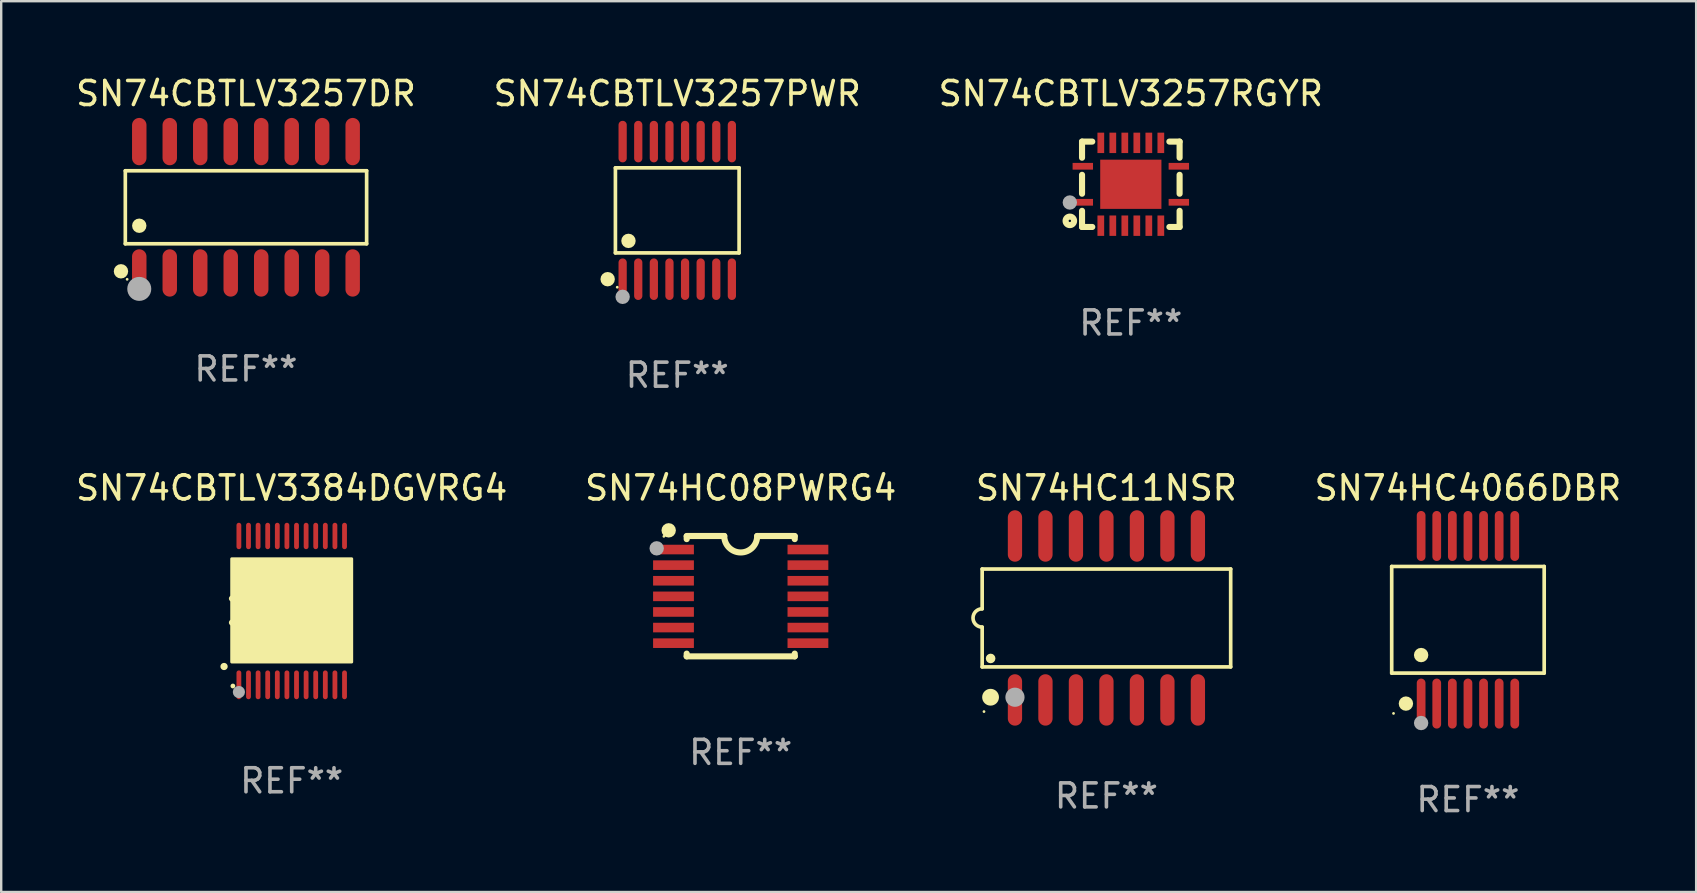
<source format=kicad_pcb>
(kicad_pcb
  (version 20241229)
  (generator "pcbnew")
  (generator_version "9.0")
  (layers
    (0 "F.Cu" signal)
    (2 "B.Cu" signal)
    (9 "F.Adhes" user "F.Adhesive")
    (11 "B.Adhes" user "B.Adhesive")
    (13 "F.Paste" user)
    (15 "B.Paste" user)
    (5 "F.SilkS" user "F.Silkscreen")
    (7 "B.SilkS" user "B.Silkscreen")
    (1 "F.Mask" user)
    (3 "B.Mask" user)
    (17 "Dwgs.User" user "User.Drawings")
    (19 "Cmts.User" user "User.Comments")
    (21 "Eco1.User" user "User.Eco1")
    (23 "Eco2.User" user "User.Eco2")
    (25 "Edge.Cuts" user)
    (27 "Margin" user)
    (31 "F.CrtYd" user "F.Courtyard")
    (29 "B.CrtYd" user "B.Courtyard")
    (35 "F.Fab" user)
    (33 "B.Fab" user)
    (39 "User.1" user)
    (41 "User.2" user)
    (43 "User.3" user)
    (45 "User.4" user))
  (footprint "SN74HC11NSR"
    (layer "F.Cu")
    (at 43.038 22.691)
    (property "Reference" "SN74HC11NSR" (at 0 -5.415 0) (layer "F.SilkS") (effects (font (size 1 1) (thickness 0.15))))
    (attr through_hole)
    (fp_line (start -5.176 -2.039) (end 5.176 -2.039) (stroke (width 0.152) (type solid)) (layer "F.SilkS"))
    (fp_line (start -5.176 -0.381) (end -5.176 -2.039) (stroke (width 0.152) (type solid)) (layer "F.SilkS"))
    (fp_line (start -5.176 0.381) (end -5.176 2.039) (stroke (width 0.152) (type solid)) (layer "F.SilkS"))
    (fp_line (start 5.176 -2.039) (end 5.176 2.039) (stroke (width 0.152) (type solid)) (layer "F.SilkS"))
    (fp_line (start 5.176 2.039) (end -5.176 2.039) (stroke (width 0.152) (type solid)) (layer "F.SilkS"))
    (fp_arc (start -5.1762 0.381001) (mid -5.557201 0) (end -5.1762 -0.381001) (stroke (width 0.151994) (type solid)) (layer "F.SilkS"))
    (fp_circle (center -5.1 3.9) (end -5.07 3.9) (stroke (width 0.06) (type solid)) (fill no) (layer "F.SilkS"))
    (fp_circle (center -4.826 3.302) (end -4.651 3.302) (stroke (width 0.35) (type solid)) (fill no) (layer "F.SilkS"))
    (fp_circle (center -4.824 1.687) (end -4.724 1.687) (stroke (width 0.2) (type solid)) (fill no) (layer "F.SilkS"))
    (fp_circle (center -3.81 3.302) (end -3.61 3.302) (stroke (width 0.4) (type solid)) (fill no) (layer "F.Fab"))
    (fp_text user "REF**" (at 0 7.415 0) (layer "F.Fab") (effects (font (size 1 1) (thickness 0.15))))
    (pad "1" smd oval (at -3.81 3.415) (size 0.595 2.142) (layers "F.Cu" "F.Mask" "F.Paste"))
    (pad "2" smd oval (at -2.54 3.415) (size 0.595 2.142) (layers "F.Cu" "F.Mask" "F.Paste"))
    (pad "3" smd oval (at -1.27 3.415) (size 0.595 2.142) (layers "F.Cu" "F.Mask" "F.Paste"))
    (pad "4" smd oval (at 0 3.415) (size 0.595 2.142) (layers "F.Cu" "F.Mask" "F.Paste"))
    (pad "5" smd oval (at 1.27 3.415) (size 0.595 2.142) (layers "F.Cu" "F.Mask" "F.Paste"))
    (pad "6" smd oval (at 2.54 3.415) (size 0.595 2.142) (layers "F.Cu" "F.Mask" "F.Paste"))
    (pad "7" smd oval (at 3.81 3.415) (size 0.595 2.142) (layers "F.Cu" "F.Mask" "F.Paste"))
    (pad "8" smd oval (at 3.81 -3.415) (size 0.595 2.142) (layers "F.Cu" "F.Mask" "F.Paste"))
    (pad "9" smd oval (at 2.54 -3.415) (size 0.595 2.142) (layers "F.Cu" "F.Mask" "F.Paste"))
    (pad "10" smd oval (at 1.27 -3.415) (size 0.595 2.142) (layers "F.Cu" "F.Mask" "F.Paste"))
    (pad "11" smd oval (at 0 -3.415) (size 0.595 2.142) (layers "F.Cu" "F.Mask" "F.Paste"))
    (pad "12" smd oval (at -1.27 -3.415) (size 0.595 2.142) (layers "F.Cu" "F.Mask" "F.Paste"))
    (pad "13" smd oval (at -2.54 -3.415) (size 0.595 2.142) (layers "F.Cu" "F.Mask" "F.Paste"))
    (pad "14" smd oval (at -3.81 -3.415) (size 0.595 2.142) (layers "F.Cu" "F.Mask" "F.Paste")))
  (footprint "SN74CBTLV3257RGYR"
    (layer "F.Cu")
    (at 44.054 4.626)
    (property "Reference" "SN74CBTLV3257RGYR" (at 0 -3.778 0) (layer "F.SilkS") (effects (font (size 1 1) (thickness 0.15))))
    (attr through_hole)
    (fp_line (start -2.032 -1.778) (end -2.032 -1.106) (stroke (width 0.254) (type solid)) (layer "F.SilkS"))
    (fp_line (start -2.032 -0.394) (end -2.032 0.394) (stroke (width 0.254) (type solid)) (layer "F.SilkS"))
    (fp_line (start -2.032 1.106) (end -2.032 1.778) (stroke (width 0.254) (type solid)) (layer "F.SilkS"))
    (fp_line (start -2.032 1.778) (end -1.606 1.778) (stroke (width 0.254) (type solid)) (layer "F.SilkS"))
    (fp_line (start -1.606 -1.778) (end -2.032 -1.778) (stroke (width 0.254) (type solid)) (layer "F.SilkS"))
    (fp_line (start 1.606 1.778) (end 2.032 1.778) (stroke (width 0.254) (type solid)) (layer "F.SilkS"))
    (fp_line (start 2.032 -1.778) (end 1.606 -1.778) (stroke (width 0.254) (type solid)) (layer "F.SilkS"))
    (fp_line (start 2.032 -1.106) (end 2.032 -1.778) (stroke (width 0.254) (type solid)) (layer "F.SilkS"))
    (fp_line (start 2.032 0.394) (end 2.032 -0.394) (stroke (width 0.254) (type solid)) (layer "F.SilkS"))
    (fp_line (start 2.032 1.778) (end 2.032 1.106) (stroke (width 0.254) (type solid)) (layer "F.SilkS"))
    (fp_circle (center -2.54 1.524) (end -2.363 1.524) (stroke (width 0.254) (type solid)) (fill no) (layer "F.SilkS"))
    (fp_circle (center -2.002 1.752) (end -1.952 1.752) (stroke (width 0.1) (type solid)) (fill no) (layer "F.SilkS"))
    (fp_circle (center -2.54 0.759) (end -2.39 0.759) (stroke (width 0.3) (type solid)) (fill no) (layer "F.Fab"))
    (fp_text user "REF**" (at 0 5.778 0) (layer "F.Fab") (effects (font (size 1 1) (thickness 0.15))))
    (pad "1" smd rect (at -2 0.75 90) (size 0.28 0.85) (layers "F.Cu" "F.Mask" "F.Paste"))
    (pad "2" smd rect (at -1.25 1.725 180) (size 0.28 0.85) (layers "F.Cu" "F.Mask" "F.Paste"))
    (pad "3" smd rect (at -0.75 1.725 180) (size 0.28 0.85) (layers "F.Cu" "F.Mask" "F.Paste"))
    (pad "4" smd rect (at -0.25 1.725 180) (size 0.28 0.85) (layers "F.Cu" "F.Mask" "F.Paste"))
    (pad "5" smd rect (at 0.25 1.725 180) (size 0.28 0.85) (layers "F.Cu" "F.Mask" "F.Paste"))
    (pad "6" smd rect (at 0.75 1.725 180) (size 0.28 0.85) (layers "F.Cu" "F.Mask" "F.Paste"))
    (pad "7" smd rect (at 1.25 1.725 180) (size 0.28 0.85) (layers "F.Cu" "F.Mask" "F.Paste"))
    (pad "8" smd rect (at 2 0.75 270) (size 0.28 0.85) (layers "F.Cu" "F.Mask" "F.Paste"))
    (pad "9" smd rect (at 2 -0.75 270) (size 0.28 0.85) (layers "F.Cu" "F.Mask" "F.Paste"))
    (pad "10" smd rect (at 1.25 -1.725) (size 0.28 0.85) (layers "F.Cu" "F.Mask" "F.Paste"))
    (pad "11" smd rect (at 0.75 -1.725) (size 0.28 0.85) (layers "F.Cu" "F.Mask" "F.Paste"))
    (pad "12" smd rect (at 0.25 -1.725) (size 0.28 0.85) (layers "F.Cu" "F.Mask" "F.Paste"))
    (pad "13" smd rect (at -0.25 -1.725) (size 0.28 0.85) (layers "F.Cu" "F.Mask" "F.Paste"))
    (pad "14" smd rect (at -0.75 -1.725) (size 0.28 0.85) (layers "F.Cu" "F.Mask" "F.Paste"))
    (pad "15" smd rect (at -1.25 -1.725) (size 0.28 0.85) (layers "F.Cu" "F.Mask" "F.Paste"))
    (pad "16" smd rect (at -2 -0.75 90) (size 0.28 0.85) (layers "F.Cu" "F.Mask" "F.Paste"))
    (pad "17" smd rect (at 0.000051 0 270) (size 2.05 2.55) (layers "F.Cu" "F.Mask" "F.Paste")))
  (footprint "SN74HC08PWRG4"
    (layer "F.Cu")
    (at 27.804 21.784)
    (property "Reference" "SN74HC08PWRG4" (at 0 -4.507 0) (layer "F.SilkS") (effects (font (size 1 1) (thickness 0.15))))
    (attr through_hole)
    (fp_line (start -2.25 -2.377) (end -2.25 -2.493) (stroke (width 0.254) (type solid)) (layer "F.SilkS"))
    (fp_line (start -2.25 2.507) (end -2.25 2.392) (stroke (width 0.254) (type solid)) (layer "F.SilkS"))
    (fp_line (start -1.6 -2.507) (end -2.25 -2.507) (stroke (width 0.254) (type solid)) (layer "F.SilkS"))
    (fp_line (start -1.6 -2.507) (end -0.686 -2.507) (stroke (width 0.254) (type solid)) (layer "F.SilkS"))
    (fp_line (start 0.686 -2.507) (end 1.6 -2.507) (stroke (width 0.254) (type solid)) (layer "F.SilkS"))
    (fp_line (start 1.6 -2.507) (end 2.25 -2.507) (stroke (width 0.254) (type solid)) (layer "F.SilkS"))
    (fp_line (start 2.25 -2.493) (end 2.25 -2.377) (stroke (width 0.254) (type solid)) (layer "F.SilkS"))
    (fp_line (start 2.25 2.392) (end 2.25 2.507) (stroke (width 0.254) (type solid)) (layer "F.SilkS"))
    (fp_line (start 2.25 2.507) (end -2.25 2.507) (stroke (width 0.254) (type solid)) (layer "F.SilkS"))
    (fp_arc (start 0.685852 -2.507303) (mid 0.000051 -1.821502) (end -0.68575 -2.507303) (stroke (width 0.254001) (type solid)) (layer "F.SilkS"))
    (fp_circle (center -3.2 -2.493) (end -3.17 -2.493) (stroke (width 0.06) (type solid)) (fill no) (layer "F.SilkS"))
    (fp_circle (center -3 -2.743) (end -2.85 -2.743) (stroke (width 0.3) (type solid)) (fill no) (layer "F.SilkS"))
    (fp_circle (center -3.5 -1.993) (end -3.35 -1.993) (stroke (width 0.3) (type solid)) (fill no) (layer "F.Fab"))
    (fp_text user "REF**" (at 0 6.507 0) (layer "F.Fab") (effects (font (size 1 1) (thickness 0.15))))
    (pad "1" smd rect (at -2.8 -1.943) (size 1.7 0.4) (layers "F.Cu" "F.Mask" "F.Paste"))
    (pad "2" smd rect (at -2.8 -1.293) (size 1.7 0.4) (layers "F.Cu" "F.Mask" "F.Paste"))
    (pad "3" smd rect (at -2.8 -0.643) (size 1.7 0.4) (layers "F.Cu" "F.Mask" "F.Paste"))
    (pad "4" smd rect (at -2.8 0.007) (size 1.7 0.4) (layers "F.Cu" "F.Mask" "F.Paste"))
    (pad "5" smd rect (at -2.8 0.657) (size 1.7 0.4) (layers "F.Cu" "F.Mask" "F.Paste"))
    (pad "6" smd rect (at -2.8 1.307) (size 1.7 0.4) (layers "F.Cu" "F.Mask" "F.Paste"))
    (pad "7" smd rect (at -2.8 1.957) (size 1.7 0.4) (layers "F.Cu" "F.Mask" "F.Paste"))
    (pad "8" smd rect (at 2.8 1.957) (size 1.7 0.4) (layers "F.Cu" "F.Mask" "F.Paste"))
    (pad "9" smd rect (at 2.8 1.307) (size 1.7 0.4) (layers "F.Cu" "F.Mask" "F.Paste"))
    (pad "10" smd rect (at 2.8 0.657) (size 1.7 0.4) (layers "F.Cu" "F.Mask" "F.Paste"))
    (pad "11" smd rect (at 2.8 0.007) (size 1.7 0.4) (layers "F.Cu" "F.Mask" "F.Paste"))
    (pad "12" smd rect (at 2.8 -0.643) (size 1.7 0.4) (layers "F.Cu" "F.Mask" "F.Paste"))
    (pad "13" smd rect (at 2.8 -1.293) (size 1.7 0.4) (layers "F.Cu" "F.Mask" "F.Paste"))
    (pad "14" smd rect (at 2.8 -1.943) (size 1.7 0.4) (layers "F.Cu" "F.Mask" "F.Paste")))
  (footprint "SN74CBTLV3257DR"
    (layer "F.Cu")
    (at 7.196 5.584)
    (property "Reference" "SN74CBTLV3257DR" (at 0 -4.736 0) (layer "F.SilkS") (effects (font (size 1 1) (thickness 0.15))))
    (attr through_hole)
    (fp_line (start -5.026 -1.521) (end 5.026 -1.521) (stroke (width 0.152) (type solid)) (layer "F.SilkS"))
    (fp_line (start -5.026 1.521) (end -5.026 -1.521) (stroke (width 0.152) (type solid)) (layer "F.SilkS"))
    (fp_line (start 5.026 -1.521) (end 5.026 1.521) (stroke (width 0.152) (type solid)) (layer "F.SilkS"))
    (fp_line (start 5.026 1.521) (end -5.026 1.521) (stroke (width 0.152) (type solid)) (layer "F.SilkS"))
    (fp_circle (center -5.207 2.667) (end -5.057 2.667) (stroke (width 0.3) (type solid)) (fill no) (layer "F.SilkS"))
    (fp_circle (center -4.95 3) (end -4.92 3) (stroke (width 0.06) (type solid)) (fill no) (layer "F.SilkS"))
    (fp_circle (center -4.445 0.769) (end -4.295 0.769) (stroke (width 0.3) (type solid)) (fill no) (layer "F.SilkS"))
    (fp_circle (center -4.445 3.4) (end -4.195 3.4) (stroke (width 0.5) (type solid)) (fill no) (layer "F.Fab"))
    (fp_text user "REF**" (at 0 6.736 0) (layer "F.Fab") (effects (font (size 1 1) (thickness 0.15))))
    (pad "1" smd oval (at -4.445 2.736) (size 0.602 1.971) (layers "F.Cu" "F.Mask" "F.Paste"))
    (pad "2" smd oval (at -3.175 2.736) (size 0.602 1.971) (layers "F.Cu" "F.Mask" "F.Paste"))
    (pad "3" smd oval (at -1.905 2.736) (size 0.602 1.971) (layers "F.Cu" "F.Mask" "F.Paste"))
    (pad "4" smd oval (at -0.635 2.736) (size 0.602 1.971) (layers "F.Cu" "F.Mask" "F.Paste"))
    (pad "5" smd oval (at 0.635 2.736) (size 0.602 1.971) (layers "F.Cu" "F.Mask" "F.Paste"))
    (pad "6" smd oval (at 1.905 2.736) (size 0.602 1.971) (layers "F.Cu" "F.Mask" "F.Paste"))
    (pad "7" smd oval (at 3.175 2.736) (size 0.602 1.971) (layers "F.Cu" "F.Mask" "F.Paste"))
    (pad "8" smd oval (at 4.445 2.736) (size 0.602 1.971) (layers "F.Cu" "F.Mask" "F.Paste"))
    (pad "9" smd oval (at 4.445 -2.736) (size 0.602 1.971) (layers "F.Cu" "F.Mask" "F.Paste"))
    (pad "10" smd oval (at 3.175 -2.736) (size 0.602 1.971) (layers "F.Cu" "F.Mask" "F.Paste"))
    (pad "11" smd oval (at 1.905 -2.736) (size 0.602 1.971) (layers "F.Cu" "F.Mask" "F.Paste"))
    (pad "12" smd oval (at 0.635 -2.736) (size 0.602 1.971) (layers "F.Cu" "F.Mask" "F.Paste"))
    (pad "13" smd oval (at -0.635 -2.736) (size 0.602 1.971) (layers "F.Cu" "F.Mask" "F.Paste"))
    (pad "14" smd oval (at -1.905 -2.736) (size 0.602 1.971) (layers "F.Cu" "F.Mask" "F.Paste"))
    (pad "15" smd oval (at -3.175 -2.736) (size 0.602 1.971) (layers "F.Cu" "F.Mask" "F.Paste"))
    (pad "16" smd oval (at -4.445 -2.736) (size 0.602 1.971) (layers "F.Cu" "F.Mask" "F.Paste")))
  (footprint "SN74CBTLV3257PWR"
    (layer "F.Cu")
    (at 25.161 5.714)
    (property "Reference" "SN74CBTLV3257PWR" (at 0 -4.866 0) (layer "F.SilkS") (effects (font (size 1 1) (thickness 0.15))))
    (attr through_hole)
    (fp_line (start -2.576 -1.772) (end 2.576 -1.772) (stroke (width 0.152) (type solid)) (layer "F.SilkS"))
    (fp_line (start -2.576 1.771) (end -2.576 -1.772) (stroke (width 0.152) (type solid)) (layer "F.SilkS"))
    (fp_line (start 2.576 -1.772) (end 2.576 1.771) (stroke (width 0.152) (type solid)) (layer "F.SilkS"))
    (fp_line (start 2.576 1.771) (end -2.576 1.771) (stroke (width 0.152) (type solid)) (layer "F.SilkS"))
    (fp_circle (center -2.899 2.866) (end -2.749 2.866) (stroke (width 0.3) (type solid)) (fill no) (layer "F.SilkS"))
    (fp_circle (center -2.5 3.2) (end -2.47 3.2) (stroke (width 0.06) (type solid)) (fill no) (layer "F.SilkS"))
    (fp_circle (center -2.032 1.27) (end -1.882 1.27) (stroke (width 0.3) (type solid)) (fill no) (layer "F.SilkS"))
    (fp_circle (center -2.275 3.6) (end -2.125 3.6) (stroke (width 0.3) (type solid)) (fill no) (layer "F.Fab"))
    (fp_text user "REF**" (at 0 6.866 0) (layer "F.Fab") (effects (font (size 1 1) (thickness 0.15))))
    (pad "1" smd oval (at -2.275 2.866) (size 0.343 1.731) (layers "F.Cu" "F.Mask" "F.Paste"))
    (pad "2" smd oval (at -1.625 2.866) (size 0.343 1.731) (layers "F.Cu" "F.Mask" "F.Paste"))
    (pad "3" smd oval (at -0.975 2.866) (size 0.343 1.731) (layers "F.Cu" "F.Mask" "F.Paste"))
    (pad "4" smd oval (at -0.325 2.866) (size 0.343 1.731) (layers "F.Cu" "F.Mask" "F.Paste"))
    (pad "5" smd oval (at 0.325 2.866) (size 0.343 1.731) (layers "F.Cu" "F.Mask" "F.Paste"))
    (pad "6" smd oval (at 0.975 2.866) (size 0.343 1.731) (layers "F.Cu" "F.Mask" "F.Paste"))
    (pad "7" smd oval (at 1.625 2.866) (size 0.343 1.731) (layers "F.Cu" "F.Mask" "F.Paste"))
    (pad "8" smd oval (at 2.275 2.866) (size 0.343 1.731) (layers "F.Cu" "F.Mask" "F.Paste"))
    (pad "9" smd oval (at 2.275 -2.866) (size 0.343 1.731) (layers "F.Cu" "F.Mask" "F.Paste"))
    (pad "10" smd oval (at 1.625 -2.866) (size 0.343 1.731) (layers "F.Cu" "F.Mask" "F.Paste"))
    (pad "11" smd oval (at 0.975 -2.866) (size 0.343 1.731) (layers "F.Cu" "F.Mask" "F.Paste"))
    (pad "12" smd oval (at 0.325 -2.866) (size 0.343 1.731) (layers "F.Cu" "F.Mask" "F.Paste"))
    (pad "13" smd oval (at -0.325 -2.866) (size 0.343 1.731) (layers "F.Cu" "F.Mask" "F.Paste"))
    (pad "14" smd oval (at -0.975 -2.866) (size 0.343 1.731) (layers "F.Cu" "F.Mask" "F.Paste"))
    (pad "15" smd oval (at -1.625 -2.866) (size 0.343 1.731) (layers "F.Cu" "F.Mask" "F.Paste"))
    (pad "16" smd oval (at -2.275 -2.866) (size 0.343 1.731) (layers "F.Cu" "F.Mask" "F.Paste")))
  (footprint "SN74HC4066DBR"
    (layer "F.Cu")
    (at 58.097 22.767)
    (property "Reference" "SN74HC4066DBR" (at 0 -5.491 0) (layer "F.SilkS") (effects (font (size 1 1) (thickness 0.15))))
    (attr through_hole)
    (fp_line (start -3.176 -2.221) (end 3.176 -2.221) (stroke (width 0.152) (type solid)) (layer "F.SilkS"))
    (fp_line (start -3.176 2.221) (end -3.176 -2.221) (stroke (width 0.152) (type solid)) (layer "F.SilkS"))
    (fp_line (start 3.176 -2.221) (end 3.176 2.221) (stroke (width 0.152) (type solid)) (layer "F.SilkS"))
    (fp_line (start 3.176 2.221) (end -3.176 2.221) (stroke (width 0.152) (type solid)) (layer "F.SilkS"))
    (fp_circle (center -3.1 3.9) (end -3.07 3.9) (stroke (width 0.06) (type solid)) (fill no) (layer "F.SilkS"))
    (fp_circle (center -2.584 3.491) (end -2.434 3.491) (stroke (width 0.3) (type solid)) (fill no) (layer "F.SilkS"))
    (fp_circle (center -1.95 1.469) (end -1.8 1.469) (stroke (width 0.3) (type solid)) (fill no) (layer "F.SilkS"))
    (fp_circle (center -1.95 4.3) (end -1.8 4.3) (stroke (width 0.3) (type solid)) (fill no) (layer "F.Fab"))
    (fp_text user "REF**" (at 0 7.491 0) (layer "F.Fab") (effects (font (size 1 1) (thickness 0.15))))
    (pad "1" smd oval (at -1.95 3.491) (size 0.364 2.082) (layers "F.Cu" "F.Mask" "F.Paste"))
    (pad "2" smd oval (at -1.3 3.491) (size 0.364 2.082) (layers "F.Cu" "F.Mask" "F.Paste"))
    (pad "3" smd oval (at -0.65 3.491) (size 0.364 2.082) (layers "F.Cu" "F.Mask" "F.Paste"))
    (pad "4" smd oval (at 0 3.491) (size 0.364 2.082) (layers "F.Cu" "F.Mask" "F.Paste"))
    (pad "5" smd oval (at 0.65 3.491) (size 0.364 2.082) (layers "F.Cu" "F.Mask" "F.Paste"))
    (pad "6" smd oval (at 1.3 3.491) (size 0.364 2.082) (layers "F.Cu" "F.Mask" "F.Paste"))
    (pad "7" smd oval (at 1.95 3.491) (size 0.364 2.082) (layers "F.Cu" "F.Mask" "F.Paste"))
    (pad "8" smd oval (at 1.95 -3.491) (size 0.364 2.082) (layers "F.Cu" "F.Mask" "F.Paste"))
    (pad "9" smd oval (at 1.3 -3.491) (size 0.364 2.082) (layers "F.Cu" "F.Mask" "F.Paste"))
    (pad "10" smd oval (at 0.65 -3.491) (size 0.364 2.082) (layers "F.Cu" "F.Mask" "F.Paste"))
    (pad "11" smd oval (at 0 -3.491) (size 0.364 2.082) (layers "F.Cu" "F.Mask" "F.Paste"))
    (pad "12" smd oval (at -0.65 -3.491) (size 0.364 2.082) (layers "F.Cu" "F.Mask" "F.Paste"))
    (pad "13" smd oval (at -1.3 -3.491) (size 0.364 2.082) (layers "F.Cu" "F.Mask" "F.Paste"))
    (pad "14" smd oval (at -1.95 -3.491) (size 0.364 2.082) (layers "F.Cu" "F.Mask" "F.Paste")))
  (footprint "SN74CBTLV3384DGVRG4"
    (layer "F.Cu")
    (at 9.101 22.376)
    (property "Reference" "SN74CBTLV3384DGVRG4" (at 0 -5.1 0) (layer "F.SilkS") (effects (font (size 1 1) (thickness 0.15))))
    (attr through_hole)
    (fp_arc (start -2.819355 2.336703) (mid -2.818085 2.336698) (end -2.816815 2.336703) (stroke (width 0.3) (type solid)) (layer "F.SilkS"))
    (fp_arc (start -2.489154 -0.492863) (mid -1.989154 0.007518) (end -2.489154 0.507899) (stroke (width 0.254001) (type solid)) (layer "F.SilkS"))
    (fp_circle (center -2.45 3.15) (end -2.4 3.15) (stroke (width 0.1) (type solid)) (fill no) (layer "F.SilkS"))
    (fp_poly (pts (xy -2.5 -2.15) (xy 2.5 -2.15) (xy 2.5 2.15) (xy -2.5 2.15)) (stroke (width 0.12) (type solid)) (fill yes) (layer "F.SilkS"))
    (fp_circle (center -2.2 3.4) (end -2.073 3.4) (stroke (width 0.254) (type solid)) (fill no) (layer "F.Fab"))
    (fp_text user "REF**" (at 0 7.1 0) (layer "F.Fab") (effects (font (size 1 1) (thickness 0.15))))
    (pad "1" smd oval (at -2.2 3.1 180) (size 0.2 1.2) (layers "F.Cu" "F.Mask" "F.Paste"))
    (pad "2" smd oval (at -1.8 3.1 180) (size 0.2 1.2) (layers "F.Cu" "F.Mask" "F.Paste"))
    (pad "3" smd oval (at -1.4 3.1 180) (size 0.2 1.2) (layers "F.Cu" "F.Mask" "F.Paste"))
    (pad "4" smd oval (at -1 3.1 180) (size 0.2 1.2) (layers "F.Cu" "F.Mask" "F.Paste"))
    (pad "5" smd oval (at -0.6 3.1 180) (size 0.2 1.2) (layers "F.Cu" "F.Mask" "F.Paste"))
    (pad "6" smd oval (at -0.2 3.1 180) (size 0.2 1.2) (layers "F.Cu" "F.Mask" "F.Paste"))
    (pad "7" smd oval (at 0.2 3.1 180) (size 0.2 1.2) (layers "F.Cu" "F.Mask" "F.Paste"))
    (pad "8" smd oval (at 0.6 3.1 180) (size 0.2 1.2) (layers "F.Cu" "F.Mask" "F.Paste"))
    (pad "9" smd oval (at 1 3.1 180) (size 0.2 1.2) (layers "F.Cu" "F.Mask" "F.Paste"))
    (pad "10" smd oval (at 1.4 3.1 180) (size 0.2 1.2) (layers "F.Cu" "F.Mask" "F.Paste"))
    (pad "11" smd oval (at 1.8 3.1 180) (size 0.2 1.2) (layers "F.Cu" "F.Mask" "F.Paste"))
    (pad "12" smd oval (at 2.2 3.1 180) (size 0.2 1.2) (layers "F.Cu" "F.Mask" "F.Paste"))
    (pad "13" smd oval (at 2.2 -3.1 180) (size 0.2 1.1) (layers "F.Cu" "F.Mask" "F.Paste"))
    (pad "14" smd oval (at 1.8 -3.1 180) (size 0.2 1.1) (layers "F.Cu" "F.Mask" "F.Paste"))
    (pad "15" smd oval (at 1.4 -3.1 180) (size 0.2 1.1) (layers "F.Cu" "F.Mask" "F.Paste"))
    (pad "16" smd oval (at 1 -3.1 180) (size 0.2 1.1) (layers "F.Cu" "F.Mask" "F.Paste"))
    (pad "17" smd oval (at 0.6 -3.1 180) (size 0.2 1.1) (layers "F.Cu" "F.Mask" "F.Paste"))
    (pad "18" smd oval (at 0.2 -3.1 180) (size 0.2 1.1) (layers "F.Cu" "F.Mask" "F.Paste"))
    (pad "19" smd oval (at -0.2 -3.1 180) (size 0.2 1.1) (layers "F.Cu" "F.Mask" "F.Paste"))
    (pad "20" smd oval (at -0.6 -3.1 180) (size 0.2 1.1) (layers "F.Cu" "F.Mask" "F.Paste"))
    (pad "21" smd oval (at -1 -3.1 180) (size 0.2 1.1) (layers "F.Cu" "F.Mask" "F.Paste"))
    (pad "22" smd oval (at -1.4 -3.1 180) (size 0.2 1.1) (layers "F.Cu" "F.Mask" "F.Paste"))
    (pad "23" smd oval (at -1.8 -3.1 180) (size 0.2 1.1) (layers "F.Cu" "F.Mask" "F.Paste"))
    (pad "24" smd oval (at -2.2 -3.1 180) (size 0.2 1.1) (layers "F.Cu" "F.Mask" "F.Paste")))
  (gr_rect
    (start -3 -3)
    (end 67.603 34.106)
    (stroke (width 0.1) (type default))
    (fill no)
    (layer "Edge.Cuts")))
</source>
